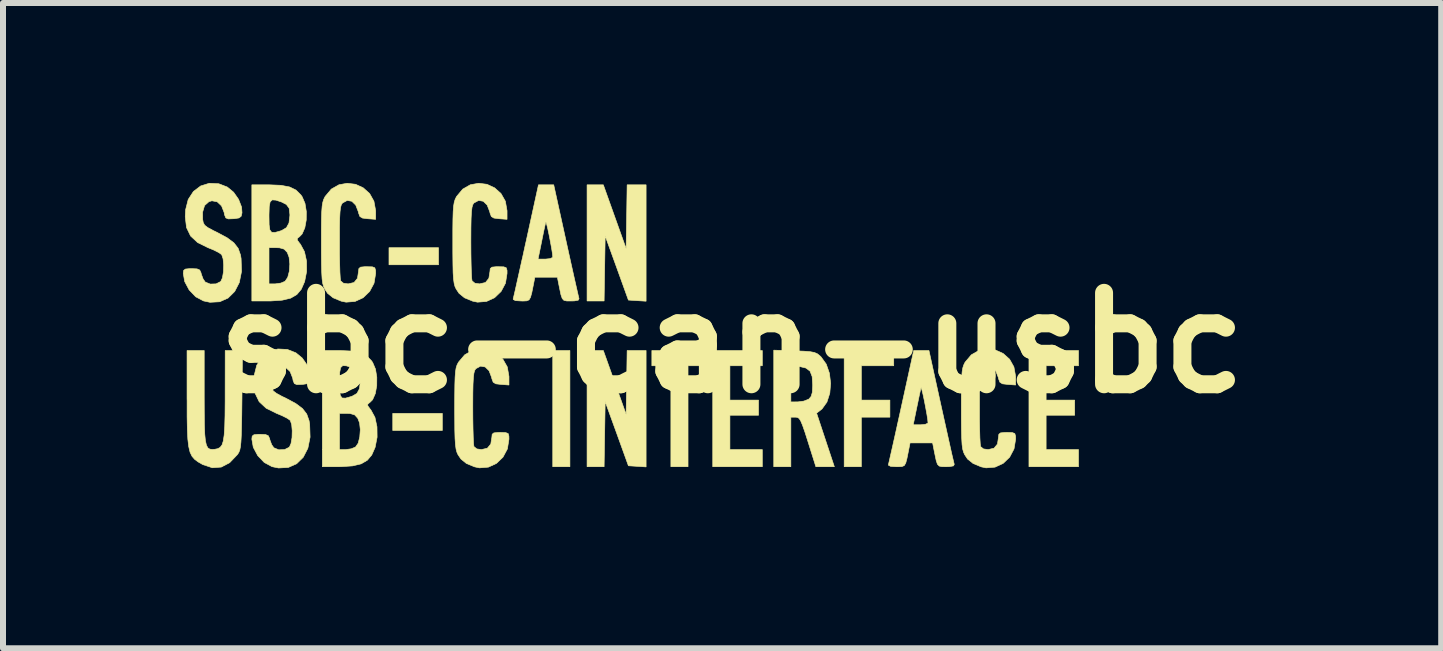
<source format=kicad_pcb>
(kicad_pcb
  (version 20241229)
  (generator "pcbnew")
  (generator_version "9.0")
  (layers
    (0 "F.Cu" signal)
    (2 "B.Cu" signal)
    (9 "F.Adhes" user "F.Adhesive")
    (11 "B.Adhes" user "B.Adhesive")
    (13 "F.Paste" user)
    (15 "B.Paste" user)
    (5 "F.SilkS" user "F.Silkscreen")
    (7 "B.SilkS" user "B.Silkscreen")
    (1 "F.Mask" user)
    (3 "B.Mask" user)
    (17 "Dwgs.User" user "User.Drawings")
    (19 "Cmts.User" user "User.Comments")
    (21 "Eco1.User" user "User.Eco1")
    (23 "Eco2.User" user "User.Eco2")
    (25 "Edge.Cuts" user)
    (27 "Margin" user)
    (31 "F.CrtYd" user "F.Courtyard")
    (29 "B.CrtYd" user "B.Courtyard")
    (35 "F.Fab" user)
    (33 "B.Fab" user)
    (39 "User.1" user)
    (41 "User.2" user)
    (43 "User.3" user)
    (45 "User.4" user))
  (footprint "sbc-can-usbc"
    (layer "F.Cu")
    (at 9.149 2.666)
    (property "Reference" "sbc-can-usbc" (at 0 0 0) (layer "F.SilkS") (effects (font (size 1.524 1.524) (thickness 0.3))))
    (attr through_hole)
    (fp_poly (pts (xy -4.889 -1.302) (xy -5.715 -1.302) (xy -5.715 -1.587) (xy -4.889 -1.587) (xy -4.889 -1.302)) (stroke (width 0.01) (type solid)) (fill yes) (layer "F.SilkS"))
    (fp_poly (pts (xy -4.826 1.46) (xy -5.652 1.46) (xy -5.652 1.175) (xy -4.826 1.175) (xy -4.826 1.46)) (stroke (width 0.01) (type solid)) (fill yes) (layer "F.SilkS"))
    (fp_poly (pts (xy -2.699 2.064) (xy -2.985 2.064) (xy -2.985 0.127) (xy -2.699 0.127) (xy -2.699 2.064)) (stroke (width 0.01) (type solid)) (fill yes) (layer "F.SilkS"))
    (fp_poly (pts (xy -0.413 0.381) (xy -0.73 0.381) (xy -0.73 2.064) (xy -1.016 2.064) (xy -1.016 0.381) (xy -1.333 0.381) (xy -1.333 0.127) (xy -0.413 0.127) (xy -0.413 0.381)) (stroke (width 0.01) (type solid)) (fill yes) (layer "F.SilkS"))
    (fp_poly (pts (xy 2.699 0.381) (xy 2.159 0.381) (xy 2.159 0.953) (xy 2.635 0.953) (xy 2.635 1.238) (xy 2.159 1.238) (xy 2.159 2.064) (xy 1.873 2.064) (xy 1.873 0.127) (xy 2.699 0.127) (xy 2.699 0.381)) (stroke (width 0.01) (type solid)) (fill yes) (layer "F.SilkS"))
    (fp_poly (pts (xy 0.508 0.381) (xy -0.032 0.381) (xy -0.032 0.953) (xy 0.445 0.953) (xy 0.445 1.206) (xy -0.032 1.206) (xy -0.032 1.778) (xy 0.508 1.778) (xy 0.508 2.064) (xy -0.318 2.064) (xy -0.318 0.127) (xy 0.508 0.127) (xy 0.508 0.381)) (stroke (width 0.01) (type solid)) (fill yes) (layer "F.SilkS"))
    (fp_poly (pts (xy 5.779 0.381) (xy 5.239 0.381) (xy 5.239 0.953) (xy 5.715 0.953) (xy 5.715 1.206) (xy 5.239 1.206) (xy 5.239 1.778) (xy 5.779 1.778) (xy 5.779 2.064) (xy 4.953 2.064) (xy 4.953 0.127) (xy 5.779 0.127) (xy 5.779 0.381)) (stroke (width 0.01) (type solid)) (fill yes) (layer "F.SilkS"))
    (fp_poly (pts (xy -1.952 -2.103) (xy -1.762 -1.572) (xy -1.753 -2.103) (xy -1.745 -2.635) (xy -1.429 -2.635) (xy -1.429 -0.695) (xy -1.724 -0.714) (xy -1.917 -1.249) (xy -2.111 -1.784) (xy -2.12 -1.241) (xy -2.129 -0.699) (xy -2.413 -0.699) (xy -2.413 -2.635) (xy -2.142 -2.635) (xy -1.952 -2.103)) (stroke (width 0.01) (type solid)) (fill yes) (layer "F.SilkS"))
    (fp_poly (pts (xy -1.952 0.659) (xy -1.762 1.191) (xy -1.753 0.659) (xy -1.745 0.127) (xy -1.429 0.127) (xy -1.429 2.067) (xy -1.724 2.048) (xy -1.917 1.513) (xy -2.111 0.978) (xy -2.12 1.521) (xy -2.129 2.064) (xy -2.413 2.064) (xy -2.413 0.127) (xy -2.142 0.127) (xy -1.952 0.659)) (stroke (width 0.01) (type solid)) (fill yes) (layer "F.SilkS"))
    (fp_poly (pts (xy 1.046 0.132) (xy 1.2 0.138) (xy 1.304 0.146) (xy 1.374 0.159) (xy 1.424 0.18) (xy 1.467 0.214) (xy 1.487 0.233) (xy 1.574 0.354) (xy 1.627 0.506) (xy 1.647 0.673) (xy 1.633 0.839) (xy 1.585 0.987) (xy 1.504 1.1) (xy 1.483 1.117) (xy 1.413 1.171) (xy 1.709 2.064) (xy 1.401 2.064) (xy 1.271 1.651) (xy 1.218 1.485) (xy 1.178 1.371) (xy 1.147 1.298) (xy 1.12 1.258) (xy 1.092 1.241) (xy 1.063 1.238) (xy 0.984 1.238) (xy 0.984 2.064) (xy 0.699 2.064) (xy 0.699 0.984) (xy 0.984 0.984) (xy 1.103 0.983) (xy 1.2 0.97) (xy 1.279 0.939) (xy 1.285 0.935) (xy 1.322 0.892) (xy 1.342 0.824) (xy 1.348 0.713) (xy 1.348 0.699) (xy 1.339 0.561) (xy 1.304 0.471) (xy 1.235 0.419) (xy 1.12 0.391) (xy 1.116 0.39) (xy 0.984 0.373) (xy 0.984 0.984) (xy 0.699 0.984) (xy 0.699 0.121) (xy 1.046 0.132)) (stroke (width 0.01) (type solid)) (fill yes) (layer "F.SilkS"))
    (fp_poly (pts (xy -8.795 0.899) (xy -8.794 1.16) (xy -8.792 1.365) (xy -8.786 1.519) (xy -8.775 1.631) (xy -8.758 1.705) (xy -8.734 1.75) (xy -8.701 1.771) (xy -8.658 1.776) (xy -8.619 1.773) (xy -8.568 1.763) (xy -8.529 1.741) (xy -8.498 1.701) (xy -8.477 1.635) (xy -8.462 1.536) (xy -8.453 1.398) (xy -8.448 1.212) (xy -8.446 0.974) (xy -8.446 0.865) (xy -8.445 0.127) (xy -8.157 0.127) (xy -8.166 0.95) (xy -8.169 1.201) (xy -8.173 1.397) (xy -8.177 1.545) (xy -8.183 1.654) (xy -8.191 1.731) (xy -8.202 1.785) (xy -8.217 1.823) (xy -8.236 1.854) (xy -8.241 1.861) (xy -8.371 1.997) (xy -8.511 2.07) (xy -8.66 2.081) (xy -8.817 2.029) (xy -8.823 2.026) (xy -8.896 1.984) (xy -8.954 1.941) (xy -8.998 1.89) (xy -9.031 1.822) (xy -9.053 1.729) (xy -9.068 1.605) (xy -9.076 1.441) (xy -9.08 1.23) (xy -9.08 0.964) (xy -9.081 0.929) (xy -9.081 0.127) (xy -8.795 0.127) (xy -8.795 0.899)) (stroke (width 0.01) (type solid)) (fill yes) (layer "F.SilkS"))
    (fp_poly (pts (xy -2.765 -1.707) (xy -2.713 -1.471) (xy -2.665 -1.255) (xy -2.623 -1.067) (xy -2.588 -0.913) (xy -2.563 -0.803) (xy -2.549 -0.745) (xy -2.547 -0.738) (xy -2.56 -0.712) (xy -2.626 -0.7) (xy -2.679 -0.699) (xy -2.751 -0.699) (xy -2.798 -0.709) (xy -2.827 -0.74) (xy -2.849 -0.804) (xy -2.872 -0.914) (xy -2.883 -0.968) (xy -2.908 -1.095) (xy -3.283 -1.095) (xy -3.308 -0.968) (xy -3.334 -0.839) (xy -3.356 -0.759) (xy -3.381 -0.717) (xy -3.42 -0.701) (xy -3.482 -0.698) (xy -3.512 -0.699) (xy -3.607 -0.705) (xy -3.644 -0.724) (xy -3.644 -0.738) (xy -3.634 -0.778) (xy -3.612 -0.872) (xy -3.581 -1.012) (xy -3.541 -1.19) (xy -3.495 -1.397) (xy -3.23 -1.397) (xy -3.107 -1.397) (xy -3.028 -1.405) (xy -2.987 -1.425) (xy -2.985 -1.432) (xy -2.99 -1.486) (xy -3.004 -1.576) (xy -3.024 -1.685) (xy -3.046 -1.799) (xy -3.068 -1.903) (xy -3.087 -1.98) (xy -3.099 -2.016) (xy -3.101 -2.016) (xy -3.111 -1.973) (xy -3.131 -1.883) (xy -3.156 -1.762) (xy -3.17 -1.691) (xy -3.23 -1.397) (xy -3.495 -1.397) (xy -3.494 -1.398) (xy -3.444 -1.628) (xy -3.426 -1.707) (xy -3.223 -2.635) (xy -2.969 -2.635) (xy -2.765 -1.707)) (stroke (width 0.01) (type solid)) (fill yes) (layer "F.SilkS"))
    (fp_poly (pts (xy 3.49 1.056) (xy 3.542 1.291) (xy 3.59 1.507) (xy 3.632 1.696) (xy 3.666 1.849) (xy 3.692 1.959) (xy 3.706 2.017) (xy 3.708 2.024) (xy 3.695 2.05) (xy 3.628 2.062) (xy 3.576 2.064) (xy 3.503 2.063) (xy 3.457 2.053) (xy 3.427 2.022) (xy 3.406 1.958) (xy 3.383 1.848) (xy 3.372 1.794) (xy 3.347 1.667) (xy 2.971 1.667) (xy 2.946 1.794) (xy 2.92 1.923) (xy 2.899 2.003) (xy 2.874 2.045) (xy 2.835 2.061) (xy 2.773 2.064) (xy 2.742 2.064) (xy 2.648 2.058) (xy 2.61 2.038) (xy 2.611 2.024) (xy 2.621 1.984) (xy 2.642 1.89) (xy 2.674 1.75) (xy 2.714 1.572) (xy 2.76 1.365) (xy 3.024 1.365) (xy 3.147 1.365) (xy 3.226 1.357) (xy 3.268 1.337) (xy 3.27 1.33) (xy 3.265 1.276) (xy 3.251 1.187) (xy 3.231 1.077) (xy 3.209 0.963) (xy 3.187 0.859) (xy 3.168 0.782) (xy 3.156 0.746) (xy 3.154 0.747) (xy 3.144 0.79) (xy 3.124 0.88) (xy 3.099 1.001) (xy 3.084 1.072) (xy 3.024 1.365) (xy 2.76 1.365) (xy 2.76 1.364) (xy 2.811 1.134) (xy 2.828 1.056) (xy 3.032 0.127) (xy 3.286 0.127) (xy 3.49 1.056)) (stroke (width 0.01) (type solid)) (fill yes) (layer "F.SilkS"))
    (fp_poly (pts (xy -7.707 -2.635) (xy -7.514 -2.627) (xy -7.37 -2.599) (xy -7.264 -2.547) (xy -7.183 -2.466) (xy -7.162 -2.436) (xy -7.115 -2.326) (xy -7.093 -2.191) (xy -7.094 -2.049) (xy -7.118 -1.918) (xy -7.163 -1.816) (xy -7.206 -1.771) (xy -7.243 -1.743) (xy -7.243 -1.713) (xy -7.204 -1.66) (xy -7.191 -1.645) (xy -7.124 -1.521) (xy -7.089 -1.363) (xy -7.088 -1.19) (xy -7.121 -1.022) (xy -7.177 -0.894) (xy -7.251 -0.806) (xy -7.354 -0.746) (xy -7.496 -0.712) (xy -7.686 -0.699) (xy -7.73 -0.699) (xy -8.001 -0.699) (xy -8.001 -1.587) (xy -7.715 -1.587) (xy -7.715 -0.984) (xy -7.61 -0.984) (xy -7.518 -0.997) (xy -7.447 -1.027) (xy -7.403 -1.092) (xy -7.376 -1.195) (xy -7.368 -1.315) (xy -7.38 -1.428) (xy -7.41 -1.508) (xy -7.463 -1.563) (xy -7.538 -1.585) (xy -7.589 -1.587) (xy -7.715 -1.587) (xy -8.001 -1.587) (xy -8.001 -2.111) (xy -7.715 -2.111) (xy -7.713 -1.97) (xy -7.701 -1.884) (xy -7.671 -1.844) (xy -7.615 -1.841) (xy -7.526 -1.866) (xy -7.501 -1.875) (xy -7.424 -1.921) (xy -7.382 -1.998) (xy -7.367 -2.121) (xy -7.367 -2.143) (xy -7.379 -2.245) (xy -7.426 -2.308) (xy -7.504 -2.348) (xy -7.599 -2.38) (xy -7.661 -2.384) (xy -7.696 -2.351) (xy -7.711 -2.272) (xy -7.715 -2.14) (xy -7.715 -2.111) (xy -8.001 -2.111) (xy -8.001 -2.635) (xy -7.707 -2.635)) (stroke (width 0.01) (type solid)) (fill yes) (layer "F.SilkS"))
    (fp_poly (pts (xy -6.533 0.127) (xy -6.339 0.136) (xy -6.196 0.163) (xy -6.089 0.215) (xy -6.008 0.296) (xy -5.987 0.326) (xy -5.94 0.436) (xy -5.918 0.571) (xy -5.919 0.713) (xy -5.943 0.845) (xy -5.988 0.947) (xy -6.032 0.991) (xy -6.068 1.019) (xy -6.068 1.049) (xy -6.029 1.102) (xy -6.016 1.118) (xy -5.949 1.241) (xy -5.915 1.399) (xy -5.913 1.572) (xy -5.946 1.741) (xy -6.002 1.868) (xy -6.076 1.956) (xy -6.179 2.016) (xy -6.321 2.05) (xy -6.512 2.063) (xy -6.555 2.064) (xy -6.826 2.064) (xy -6.826 1.175) (xy -6.54 1.175) (xy -6.54 1.778) (xy -6.435 1.778) (xy -6.343 1.765) (xy -6.272 1.735) (xy -6.228 1.671) (xy -6.202 1.567) (xy -6.193 1.447) (xy -6.205 1.334) (xy -6.236 1.255) (xy -6.288 1.199) (xy -6.364 1.177) (xy -6.414 1.175) (xy -6.54 1.175) (xy -6.826 1.175) (xy -6.826 0.651) (xy -6.54 0.651) (xy -6.538 0.792) (xy -6.526 0.878) (xy -6.496 0.918) (xy -6.441 0.921) (xy -6.352 0.896) (xy -6.326 0.887) (xy -6.249 0.842) (xy -6.207 0.764) (xy -6.192 0.641) (xy -6.192 0.619) (xy -6.205 0.517) (xy -6.252 0.454) (xy -6.329 0.415) (xy -6.425 0.382) (xy -6.486 0.379) (xy -6.521 0.412) (xy -6.536 0.49) (xy -6.54 0.622) (xy -6.54 0.651) (xy -6.826 0.651) (xy -6.826 0.127) (xy -6.533 0.127)) (stroke (width 0.01) (type solid)) (fill yes) (layer "F.SilkS"))
    (fp_poly (pts (xy -6.272 -2.644) (xy -6.144 -2.585) (xy -6.038 -2.49) (xy -5.966 -2.362) (xy -5.937 -2.203) (xy -5.937 -2.197) (xy -5.937 -2.06) (xy -6.071 -2.07) (xy -6.157 -2.081) (xy -6.2 -2.107) (xy -6.222 -2.166) (xy -6.227 -2.189) (xy -6.269 -2.297) (xy -6.334 -2.361) (xy -6.411 -2.375) (xy -6.488 -2.333) (xy -6.491 -2.331) (xy -6.509 -2.304) (xy -6.522 -2.259) (xy -6.531 -2.185) (xy -6.537 -2.076) (xy -6.54 -1.921) (xy -6.54 -1.713) (xy -6.54 -1.683) (xy -6.54 -1.492) (xy -6.537 -1.32) (xy -6.533 -1.18) (xy -6.527 -1.081) (xy -6.521 -1.034) (xy -6.474 -0.995) (xy -6.395 -0.984) (xy -6.297 -1.007) (xy -6.24 -1.077) (xy -6.223 -1.189) (xy -6.217 -1.239) (xy -6.189 -1.263) (xy -6.121 -1.27) (xy -6.08 -1.27) (xy -5.992 -1.268) (xy -5.951 -1.252) (xy -5.938 -1.208) (xy -5.937 -1.158) (xy -5.964 -0.995) (xy -6.037 -0.858) (xy -6.146 -0.753) (xy -6.281 -0.691) (xy -6.43 -0.679) (xy -6.511 -0.696) (xy -6.646 -0.752) (xy -6.738 -0.826) (xy -6.786 -0.898) (xy -6.805 -0.94) (xy -6.82 -0.994) (xy -6.83 -1.068) (xy -6.836 -1.171) (xy -6.84 -1.314) (xy -6.842 -1.504) (xy -6.842 -1.667) (xy -6.842 -1.892) (xy -6.84 -2.063) (xy -6.836 -2.189) (xy -6.829 -2.28) (xy -6.818 -2.345) (xy -6.803 -2.393) (xy -6.783 -2.434) (xy -6.779 -2.441) (xy -6.676 -2.564) (xy -6.549 -2.636) (xy -6.411 -2.661) (xy -6.272 -2.644)) (stroke (width 0.01) (type solid)) (fill yes) (layer "F.SilkS"))
    (fp_poly (pts (xy -4.082 -2.644) (xy -3.954 -2.585) (xy -3.848 -2.49) (xy -3.775 -2.362) (xy -3.747 -2.203) (xy -3.747 -2.197) (xy -3.747 -2.06) (xy -3.88 -2.07) (xy -3.966 -2.081) (xy -4.009 -2.107) (xy -4.031 -2.166) (xy -4.036 -2.189) (xy -4.078 -2.297) (xy -4.143 -2.361) (xy -4.22 -2.375) (xy -4.298 -2.333) (xy -4.3 -2.331) (xy -4.318 -2.304) (xy -4.331 -2.259) (xy -4.34 -2.185) (xy -4.346 -2.076) (xy -4.349 -1.921) (xy -4.35 -1.713) (xy -4.35 -1.683) (xy -4.349 -1.492) (xy -4.346 -1.32) (xy -4.342 -1.18) (xy -4.337 -1.081) (xy -4.33 -1.034) (xy -4.283 -0.995) (xy -4.205 -0.984) (xy -4.106 -1.007) (xy -4.05 -1.077) (xy -4.032 -1.189) (xy -4.027 -1.239) (xy -3.998 -1.263) (xy -3.93 -1.27) (xy -3.889 -1.27) (xy -3.802 -1.268) (xy -3.76 -1.252) (xy -3.747 -1.208) (xy -3.747 -1.158) (xy -3.773 -0.995) (xy -3.846 -0.858) (xy -3.955 -0.753) (xy -4.09 -0.691) (xy -4.239 -0.679) (xy -4.32 -0.696) (xy -4.456 -0.752) (xy -4.547 -0.826) (xy -4.595 -0.898) (xy -4.615 -0.94) (xy -4.629 -0.994) (xy -4.639 -1.068) (xy -4.646 -1.171) (xy -4.649 -1.314) (xy -4.651 -1.504) (xy -4.651 -1.667) (xy -4.651 -1.892) (xy -4.649 -2.063) (xy -4.645 -2.189) (xy -4.638 -2.28) (xy -4.627 -2.345) (xy -4.612 -2.393) (xy -4.592 -2.434) (xy -4.588 -2.441) (xy -4.485 -2.564) (xy -4.359 -2.636) (xy -4.22 -2.661) (xy -4.082 -2.644)) (stroke (width 0.01) (type solid)) (fill yes) (layer "F.SilkS"))
    (fp_poly (pts (xy -4.05 0.119) (xy -3.922 0.177) (xy -3.816 0.272) (xy -3.743 0.4) (xy -3.715 0.559) (xy -3.715 0.565) (xy -3.715 0.702) (xy -3.849 0.692) (xy -3.934 0.682) (xy -3.978 0.655) (xy -4 0.597) (xy -4.005 0.573) (xy -4.046 0.465) (xy -4.111 0.401) (xy -4.188 0.387) (xy -4.266 0.429) (xy -4.268 0.431) (xy -4.286 0.458) (xy -4.299 0.504) (xy -4.308 0.577) (xy -4.314 0.686) (xy -4.317 0.841) (xy -4.318 1.049) (xy -4.318 1.079) (xy -4.317 1.27) (xy -4.314 1.442) (xy -4.31 1.583) (xy -4.305 1.681) (xy -4.299 1.728) (xy -4.251 1.767) (xy -4.173 1.778) (xy -4.075 1.755) (xy -4.018 1.686) (xy -4 1.574) (xy -3.995 1.523) (xy -3.967 1.5) (xy -3.899 1.493) (xy -3.858 1.492) (xy -3.77 1.495) (xy -3.728 1.511) (xy -3.716 1.554) (xy -3.715 1.604) (xy -3.741 1.767) (xy -3.815 1.905) (xy -3.924 2.009) (xy -4.058 2.071) (xy -4.207 2.083) (xy -4.288 2.066) (xy -4.424 2.01) (xy -4.515 1.936) (xy -4.564 1.864) (xy -4.583 1.822) (xy -4.597 1.769) (xy -4.607 1.695) (xy -4.614 1.591) (xy -4.618 1.448) (xy -4.619 1.258) (xy -4.62 1.095) (xy -4.619 0.87) (xy -4.617 0.699) (xy -4.613 0.573) (xy -4.606 0.482) (xy -4.596 0.417) (xy -4.581 0.369) (xy -4.56 0.328) (xy -4.556 0.321) (xy -4.453 0.199) (xy -4.327 0.126) (xy -4.189 0.101) (xy -4.05 0.119)) (stroke (width 0.01) (type solid)) (fill yes) (layer "F.SilkS"))
    (fp_poly (pts (xy 4.396 0.119) (xy 4.524 0.177) (xy 4.63 0.272) (xy 4.702 0.4) (xy 4.731 0.559) (xy 4.731 0.565) (xy 4.731 0.702) (xy 4.597 0.692) (xy 4.511 0.682) (xy 4.468 0.655) (xy 4.446 0.597) (xy 4.441 0.573) (xy 4.399 0.465) (xy 4.334 0.401) (xy 4.257 0.387) (xy 4.18 0.429) (xy 4.177 0.431) (xy 4.159 0.458) (xy 4.146 0.504) (xy 4.137 0.577) (xy 4.131 0.686) (xy 4.128 0.841) (xy 4.128 1.049) (xy 4.128 1.079) (xy 4.128 1.27) (xy 4.131 1.442) (xy 4.135 1.583) (xy 4.141 1.681) (xy 4.147 1.728) (xy 4.194 1.767) (xy 4.273 1.778) (xy 4.371 1.755) (xy 4.428 1.686) (xy 4.445 1.574) (xy 4.451 1.523) (xy 4.479 1.5) (xy 4.547 1.493) (xy 4.588 1.492) (xy 4.676 1.495) (xy 4.717 1.511) (xy 4.73 1.554) (xy 4.731 1.604) (xy 4.704 1.767) (xy 4.631 1.905) (xy 4.522 2.009) (xy 4.387 2.071) (xy 4.238 2.083) (xy 4.157 2.066) (xy 4.022 2.01) (xy 3.93 1.936) (xy 3.882 1.864) (xy 3.863 1.822) (xy 3.848 1.769) (xy 3.838 1.695) (xy 3.832 1.591) (xy 3.828 1.448) (xy 3.826 1.258) (xy 3.826 1.095) (xy 3.826 0.87) (xy 3.828 0.699) (xy 3.832 0.573) (xy 3.839 0.482) (xy 3.85 0.417) (xy 3.865 0.369) (xy 3.885 0.328) (xy 3.889 0.321) (xy 3.992 0.199) (xy 4.119 0.126) (xy 4.257 0.101) (xy 4.396 0.119)) (stroke (width 0.01) (type solid)) (fill yes) (layer "F.SilkS"))
    (fp_poly (pts (xy -8.552 -2.653) (xy -8.41 -2.598) (xy -8.305 -2.512) (xy -8.222 -2.393) (xy -8.172 -2.264) (xy -8.165 -2.168) (xy -8.179 -2.111) (xy -8.215 -2.083) (xy -8.293 -2.071) (xy -8.309 -2.07) (xy -8.393 -2.067) (xy -8.435 -2.084) (xy -8.456 -2.135) (xy -8.463 -2.175) (xy -8.506 -2.284) (xy -8.578 -2.352) (xy -8.666 -2.369) (xy -8.716 -2.355) (xy -8.789 -2.29) (xy -8.822 -2.179) (xy -8.821 -2.06) (xy -8.811 -2.005) (xy -8.787 -1.962) (xy -8.735 -1.922) (xy -8.644 -1.873) (xy -8.576 -1.84) (xy -8.412 -1.752) (xy -8.3 -1.668) (xy -8.229 -1.576) (xy -8.19 -1.466) (xy -8.18 -1.406) (xy -8.173 -1.191) (xy -8.21 -1.006) (xy -8.287 -0.857) (xy -8.397 -0.748) (xy -8.536 -0.686) (xy -8.699 -0.677) (xy -8.807 -0.7) (xy -8.937 -0.769) (xy -9.046 -0.883) (xy -9.12 -1.022) (xy -9.144 -1.158) (xy -9.138 -1.208) (xy -9.109 -1.231) (xy -9.039 -1.238) (xy -9.004 -1.238) (xy -8.915 -1.234) (xy -8.87 -1.215) (xy -8.848 -1.168) (xy -8.843 -1.145) (xy -8.813 -1.065) (xy -8.777 -1.014) (xy -8.695 -0.981) (xy -8.598 -0.984) (xy -8.52 -1.023) (xy -8.519 -1.024) (xy -8.491 -1.085) (xy -8.474 -1.185) (xy -8.471 -1.298) (xy -8.48 -1.401) (xy -8.503 -1.469) (xy -8.506 -1.473) (xy -8.554 -1.507) (xy -8.642 -1.551) (xy -8.733 -1.588) (xy -8.905 -1.673) (xy -9.022 -1.782) (xy -9.09 -1.923) (xy -9.111 -2.103) (xy -9.105 -2.22) (xy -9.062 -2.39) (xy -8.975 -2.524) (xy -8.854 -2.616) (xy -8.71 -2.661) (xy -8.552 -2.653)) (stroke (width 0.01) (type solid)) (fill yes) (layer "F.SilkS"))
    (fp_poly (pts (xy -7.409 0.109) (xy -7.267 0.165) (xy -7.162 0.251) (xy -7.079 0.369) (xy -7.029 0.498) (xy -7.022 0.594) (xy -7.036 0.651) (xy -7.072 0.679) (xy -7.15 0.691) (xy -7.166 0.692) (xy -7.25 0.695) (xy -7.292 0.678) (xy -7.313 0.627) (xy -7.32 0.587) (xy -7.363 0.478) (xy -7.435 0.411) (xy -7.523 0.393) (xy -7.573 0.407) (xy -7.646 0.472) (xy -7.679 0.583) (xy -7.678 0.702) (xy -7.668 0.758) (xy -7.644 0.8) (xy -7.592 0.84) (xy -7.501 0.89) (xy -7.433 0.922) (xy -7.269 1.01) (xy -7.157 1.094) (xy -7.086 1.186) (xy -7.047 1.296) (xy -7.037 1.356) (xy -7.03 1.571) (xy -7.067 1.756) (xy -7.144 1.906) (xy -7.254 2.014) (xy -7.393 2.076) (xy -7.556 2.085) (xy -7.664 2.063) (xy -7.794 1.993) (xy -7.903 1.879) (xy -7.977 1.74) (xy -8.001 1.604) (xy -7.995 1.554) (xy -7.966 1.531) (xy -7.896 1.524) (xy -7.861 1.524) (xy -7.772 1.528) (xy -7.727 1.547) (xy -7.705 1.594) (xy -7.7 1.617) (xy -7.67 1.697) (xy -7.634 1.748) (xy -7.552 1.782) (xy -7.455 1.778) (xy -7.377 1.739) (xy -7.376 1.739) (xy -7.348 1.677) (xy -7.331 1.578) (xy -7.328 1.464) (xy -7.337 1.361) (xy -7.36 1.293) (xy -7.363 1.29) (xy -7.411 1.256) (xy -7.499 1.212) (xy -7.59 1.174) (xy -7.762 1.089) (xy -7.879 0.98) (xy -7.947 0.839) (xy -7.968 0.659) (xy -7.962 0.542) (xy -7.919 0.372) (xy -7.832 0.238) (xy -7.711 0.146) (xy -7.567 0.101) (xy -7.409 0.109)) (stroke (width 0.01) (type solid)) (fill yes) (layer "F.SilkS")))
  (gr_rect
    (start -3 -3)
    (end 20.974 7.756)
    (stroke (width 0.1) (type default))
    (fill no)
    (layer "Edge.Cuts")))
</source>
